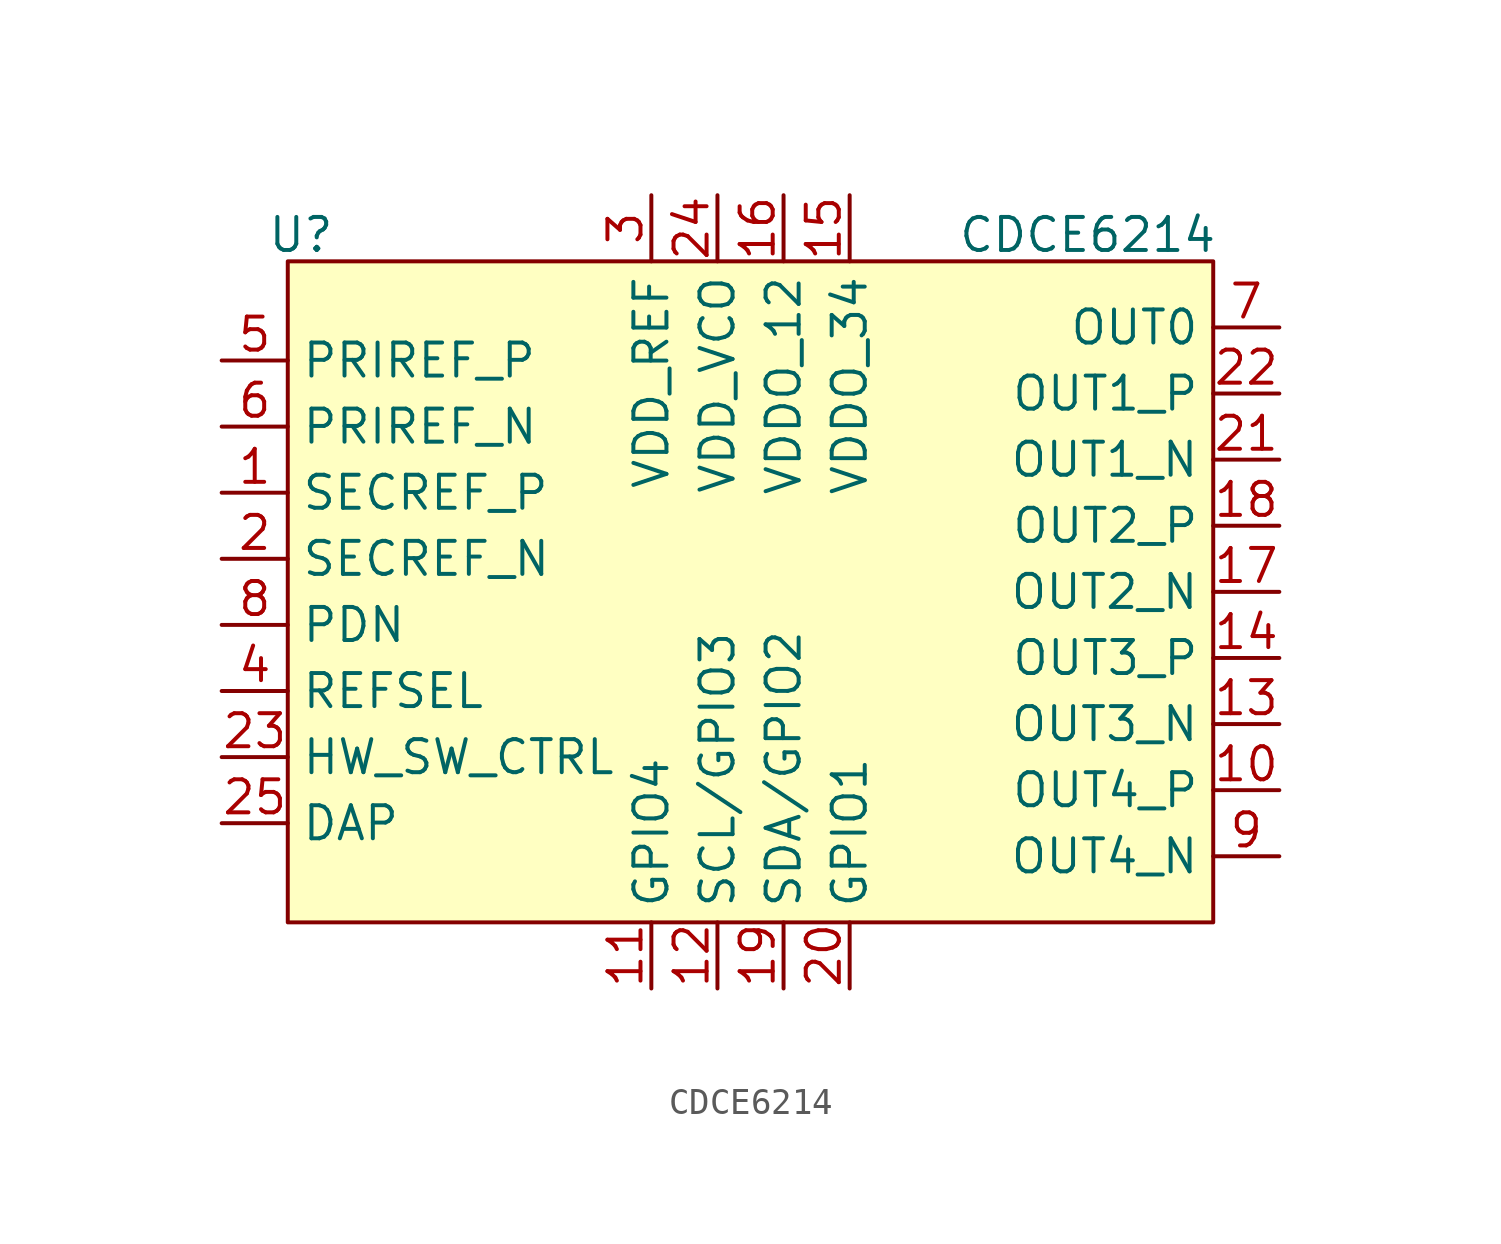
<source format=kicad_sym>
(kicad_symbol_lib
  (version 20211014)
  (generator kicad_symbol_editor)
  (symbol "CDCE6214"
    (property "Reference" "U"
      (at -17.272 13.716 0)
      (effects (font (size 1.27 1.27))))
    (property "Value" "CDCE6214"
      (at 12.954 13.716 0)
      (effects (font (size 1.27 1.27))))
    (symbol "CDCE6214_0_0"
      (pin output line (at 20.32 -5.08 180) (length 2.54) (name "OUT3_N" (effects (font (size 1.27 1.27)))) (number "13" (effects (font (size 1.27 1.27)))))
      (pin output line (at 20.32 -2.54 180) (length 2.54) (name "OUT3_P" (effects (font (size 1.27 1.27)))) (number "14" (effects (font (size 1.27 1.27)))))
      (pin power_in line (at 3.81 15.24 270) (length 2.54) (name "VDDO_34" (effects (font (size 1.27 1.27)))) (number "15" (effects (font (size 1.27 1.27)))))
      (pin power_in line (at 1.27 15.24 270) (length 2.54) (name "VDDO_12" (effects (font (size 1.27 1.27)))) (number "16" (effects (font (size 1.27 1.27)))))
      (pin output line (at 20.32 0 180) (length 2.54) (name "OUT2_N" (effects (font (size 1.27 1.27)))) (number "17" (effects (font (size 1.27 1.27)))))
      (pin output line (at 20.32 2.54 180) (length 2.54) (name "OUT2_P" (effects (font (size 1.27 1.27)))) (number "18" (effects (font (size 1.27 1.27)))))
      (pin bidirectional line (at 1.27 -15.24 90) (length 2.54) (name "SDA/GPIO2" (effects (font (size 1.27 1.27)))) (number "19" (effects (font (size 1.27 1.27)))))
      (pin bidirectional line (at 3.81 -15.24 90) (length 2.54) (name "GPIO1" (effects (font (size 1.27 1.27)))) (number "20" (effects (font (size 1.27 1.27)))))
      (pin output line (at 20.32 5.08 180) (length 2.54) (name "OUT1_N" (effects (font (size 1.27 1.27)))) (number "21" (effects (font (size 1.27 1.27)))))
      (pin output line (at 20.32 7.62 180) (length 2.54) (name "OUT1_P" (effects (font (size 1.27 1.27)))) (number "22" (effects (font (size 1.27 1.27)))))
      (pin input line (at -20.32 -6.35 0) (length 2.54) (name "HW_SW_CTRL" (effects (font (size 1.27 1.27)))) (number "23" (effects (font (size 1.27 1.27)))))
      (pin power_in line (at -1.27 15.24 270) (length 2.54) (name "VDD_VCO" (effects (font (size 1.27 1.27)))) (number "24" (effects (font (size 1.27 1.27)))))
      (pin power_in line (at -20.32 -8.89 0) (length 2.54) (name "DAP" (effects (font (size 1.27 1.27)))) (number "25" (effects (font (size 1.27 1.27)))))
      (pin unspecified line (at 13.97 -15.24 90) (length 2.54) hide (name "UNKNOWN" (effects (font (size 1.27 1.27)))) (number "A1" (effects (font (size 1.27 1.27)))))
      (pin unspecified line (at 11.43 -15.24 90) (length 2.54) hide (name "UNKNOWN" (effects (font (size 1.27 1.27)))) (number "A2" (effects (font (size 1.27 1.27)))))
      (pin unspecified line (at 8.89 -15.24 90) (length 2.54) hide (name "UNKNOWN" (effects (font (size 1.27 1.27)))) (number "A3" (effects (font (size 1.27 1.27)))))
      (pin unspecified line (at 6.35 -15.24 90) (length 2.54) hide (name "UNKNOWN" (effects (font (size 1.27 1.27)))) (number "A4" (effects (font (size 1.27 1.27))))))
    (symbol "CDCE6214_0_1"
      (rectangle (start -17.78 12.7) (end 17.78 -12.7) (stroke (width 0) (type default) (color 0 0 0 0)) (fill (type background))))
    (symbol "CDCE6214_1_1"
      (pin input line (at -20.32 3.81 0) (length 2.54) (name "SECREF_P" (effects (font (size 1.27 1.27)))) (number "1" (effects (font (size 1.27 1.27)))))
      (pin input line (at 20.32 -7.62 180) (length 2.54) (name "OUT4_P" (effects (font (size 1.27 1.27)))) (number "10" (effects (font (size 1.27 1.27)))))
      (pin bidirectional line (at -3.81 -15.24 90) (length 2.54) (name "GPIO4" (effects (font (size 1.27 1.27)))) (number "11" (effects (font (size 1.27 1.27)))))
      (pin bidirectional line (at -1.27 -15.24 90) (length 2.54) (name "SCL/GPIO3" (effects (font (size 1.27 1.27)))) (number "12" (effects (font (size 1.27 1.27)))))
      (pin input line (at -20.32 1.27 0) (length 2.54) (name "SECREF_N" (effects (font (size 1.27 1.27)))) (number "2" (effects (font (size 1.27 1.27)))))
      (pin power_in line (at -3.81 15.24 270) (length 2.54) (name "VDD_REF" (effects (font (size 1.27 1.27)))) (number "3" (effects (font (size 1.27 1.27)))))
      (pin input line (at -20.32 -3.81 0) (length 2.54) (name "REFSEL" (effects (font (size 1.27 1.27)))) (number "4" (effects (font (size 1.27 1.27)))))
      (pin input line (at -20.32 8.89 0) (length 2.54) (name "PRIREF_P" (effects (font (size 1.27 1.27)))) (number "5" (effects (font (size 1.27 1.27)))))
      (pin input line (at -20.32 6.35 0) (length 2.54) (name "PRIREF_N" (effects (font (size 1.27 1.27)))) (number "6" (effects (font (size 1.27 1.27)))))
      (pin output line (at 20.32 10.16 180) (length 2.54) (name "OUT0" (effects (font (size 1.27 1.27)))) (number "7" (effects (font (size 1.27 1.27)))))
      (pin input line (at -20.32 -1.27 0) (length 2.54) (name "PDN" (effects (font (size 1.27 1.27)))) (number "8" (effects (font (size 1.27 1.27)))))
      (pin input line (at 20.32 -10.16 180) (length 2.54) (name "OUT4_N" (effects (font (size 1.27 1.27)))) (number "9" (effects (font (size 1.27 1.27))))))))
</source>
